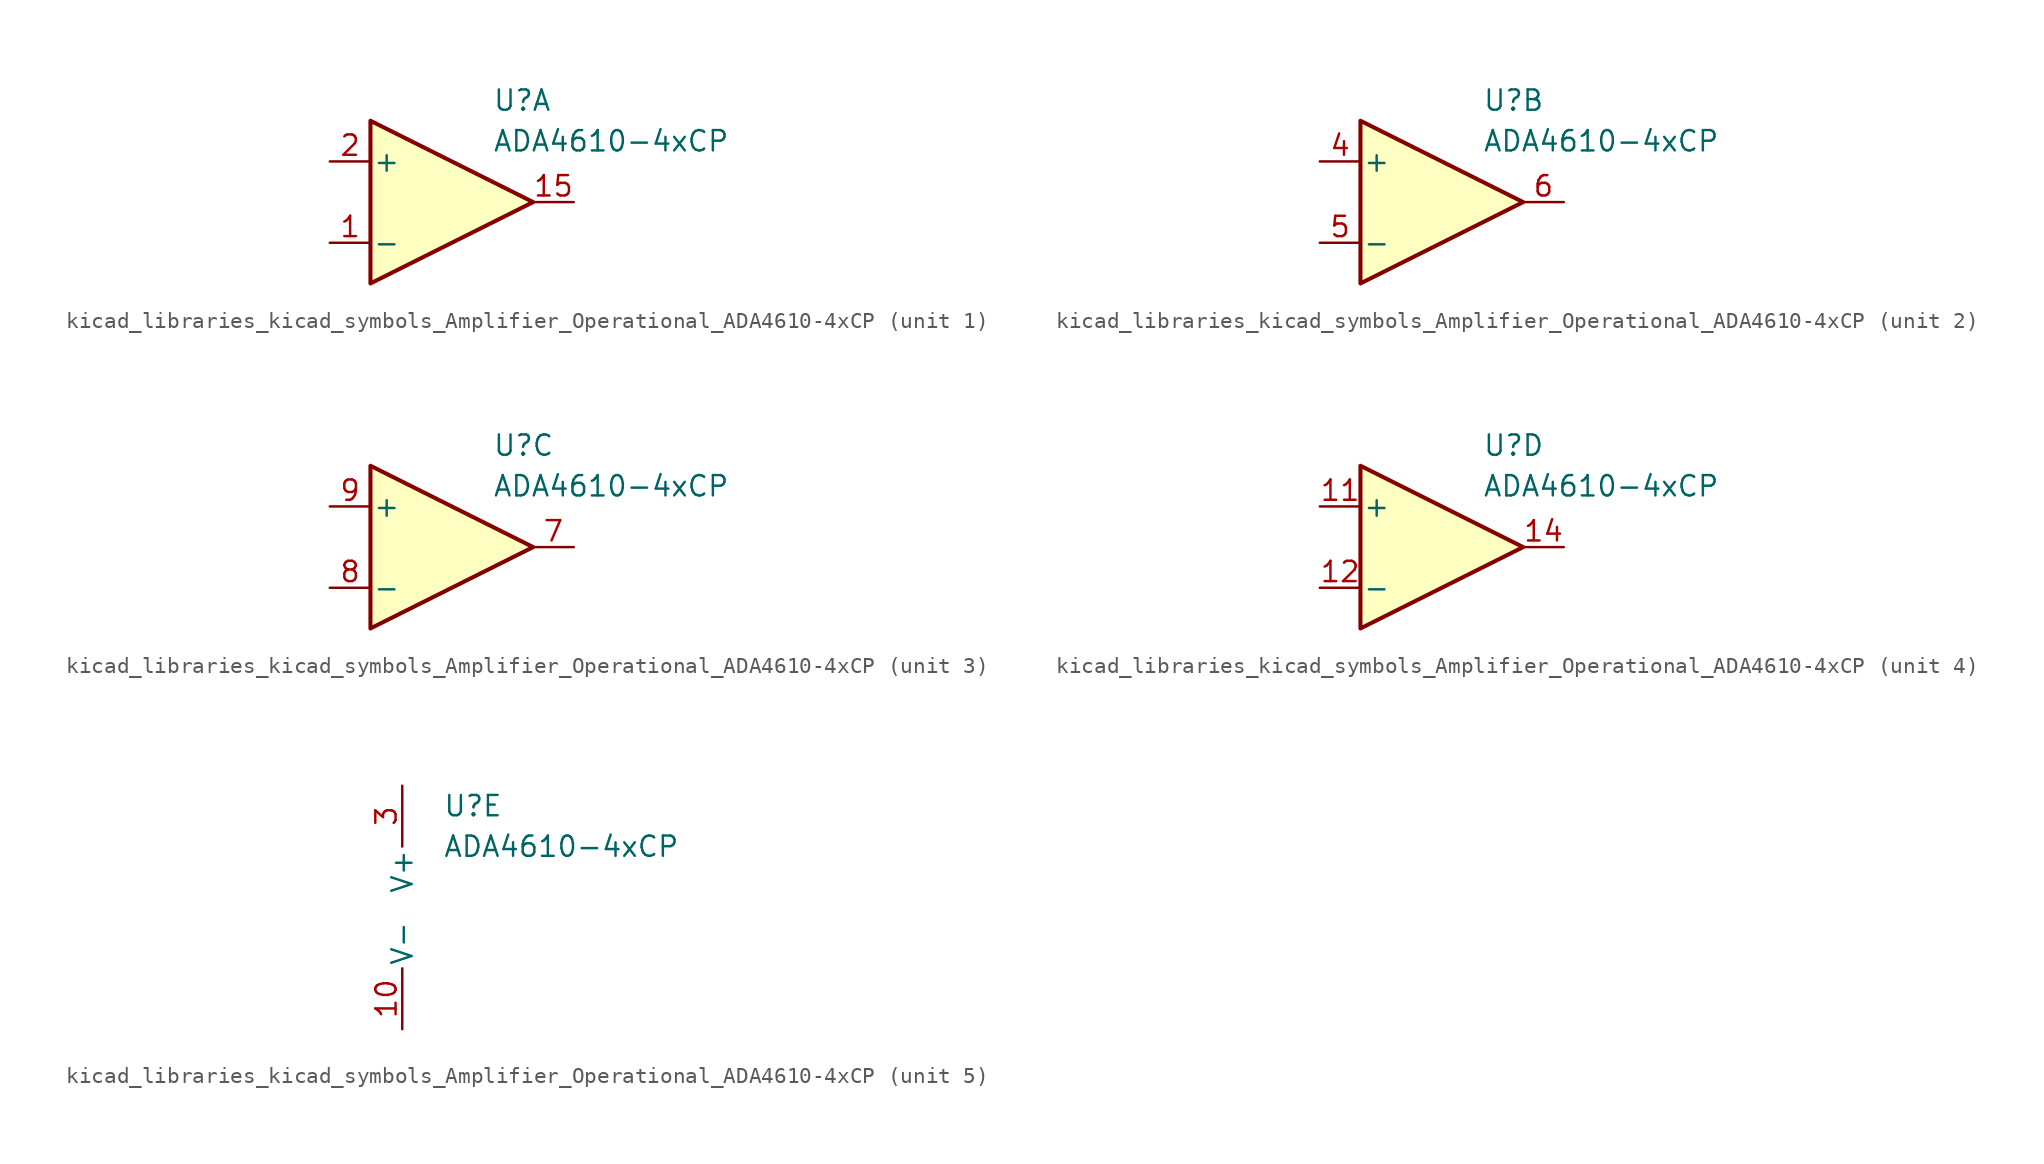
<source format=kicad_sym>
(kicad_symbol_lib
  (version 20220914)
  (generator kicad_symbol_editor)
  (symbol "kicad_libraries_kicad_symbols_Amplifier_Operational_ADA4610-4xCP"
    (pin_names
      (offset 0.127))
    (property "Reference" "U"
      (at 2.54 6.35 0)
      (effects (font (size 1.27 1.27)) (justify left)))
    (property "Value" "ADA4610-4xCP"
      (at 2.54 3.81 0)
      (effects (font (size 1.27 1.27)) (justify left)))
    (property "ki_locked" ""
      (at 0 0 0)
      (effects (font (size 1.27 1.27))))
    (symbol "kicad_libraries_kicad_symbols_Amplifier_Operational_ADA4610-4xCP_1_1"
      (polyline (pts (xy 5.08 0) (xy -5.08 5.08) (xy -5.08 -5.08) (xy 5.08 0)) (stroke (width 0.254) (type default)) (fill (type background)))
      (pin input line (at -7.62 -2.54 0) (length 2.54) (name "-" (effects (font (size 1.27 1.27)))) (number "1" (effects (font (size 1.27 1.27)))))
      (pin no_connect line (at 0 2.54 270) (length 2.54) hide (name "NIC" (effects (font (size 1.27 1.27)))) (number "13" (effects (font (size 1.27 1.27)))))
      (pin output line (at 7.62 0 180) (length 2.54) (name "~" (effects (font (size 1.27 1.27)))) (number "15" (effects (font (size 1.27 1.27)))))
      (pin no_connect line (at 0 -2.54 90) (length 2.54) hide (name "NIC" (effects (font (size 1.27 1.27)))) (number "16" (effects (font (size 1.27 1.27)))))
      (pin input line (at -7.62 2.54 0) (length 2.54) (name "+" (effects (font (size 1.27 1.27)))) (number "2" (effects (font (size 1.27 1.27))))))
    (symbol "kicad_libraries_kicad_symbols_Amplifier_Operational_ADA4610-4xCP_2_1"
      (polyline (pts (xy -5.08 5.08) (xy -5.08 -5.08) (xy 5.08 0) (xy -5.08 5.08)) (stroke (width 0.254) (type default)) (fill (type background)))
      (pin input line (at -7.62 2.54 0) (length 2.54) (name "+" (effects (font (size 1.27 1.27)))) (number "4" (effects (font (size 1.27 1.27)))))
      (pin input line (at -7.62 -2.54 0) (length 2.54) (name "-" (effects (font (size 1.27 1.27)))) (number "5" (effects (font (size 1.27 1.27)))))
      (pin output line (at 7.62 0 180) (length 2.54) (name "~" (effects (font (size 1.27 1.27)))) (number "6" (effects (font (size 1.27 1.27))))))
    (symbol "kicad_libraries_kicad_symbols_Amplifier_Operational_ADA4610-4xCP_3_1"
      (polyline (pts (xy 5.08 0) (xy -5.08 5.08) (xy -5.08 -5.08) (xy 5.08 0)) (stroke (width 0.254) (type default)) (fill (type background)))
      (pin output line (at 7.62 0 180) (length 2.54) (name "~" (effects (font (size 1.27 1.27)))) (number "7" (effects (font (size 1.27 1.27)))))
      (pin input line (at -7.62 -2.54 0) (length 2.54) (name "-" (effects (font (size 1.27 1.27)))) (number "8" (effects (font (size 1.27 1.27)))))
      (pin input line (at -7.62 2.54 0) (length 2.54) (name "+" (effects (font (size 1.27 1.27)))) (number "9" (effects (font (size 1.27 1.27))))))
    (symbol "kicad_libraries_kicad_symbols_Amplifier_Operational_ADA4610-4xCP_4_1"
      (polyline (pts (xy -5.08 5.08) (xy 5.08 0) (xy -5.08 -5.08) (xy -5.08 5.08)) (stroke (width 0.254) (type default)) (fill (type background)))
      (pin input line (at -7.62 2.54 0) (length 2.54) (name "+" (effects (font (size 1.27 1.27)))) (number "11" (effects (font (size 1.27 1.27)))))
      (pin input line (at -7.62 -2.54 0) (length 2.54) (name "-" (effects (font (size 1.27 1.27)))) (number "12" (effects (font (size 1.27 1.27)))))
      (pin output line (at 7.62 0 180) (length 2.54) (name "~" (effects (font (size 1.27 1.27)))) (number "14" (effects (font (size 1.27 1.27))))))
    (symbol "kicad_libraries_kicad_symbols_Amplifier_Operational_ADA4610-4xCP_5_1"
      (pin power_in line (at 0 -7.62 90) (length 3.81) (name "V-" (effects (font (size 1.27 1.27)))) (number "10" (effects (font (size 1.27 1.27)))))
      (pin passive line (at 0 -7.62 90) (length 3.81) hide (name "V-" (effects (font (size 1.27 1.27)))) (number "17" (effects (font (size 1.27 1.27)))))
      (pin power_in line (at 0 7.62 270) (length 3.81) (name "V+" (effects (font (size 1.27 1.27)))) (number "3" (effects (font (size 1.27 1.27))))))))
</source>
